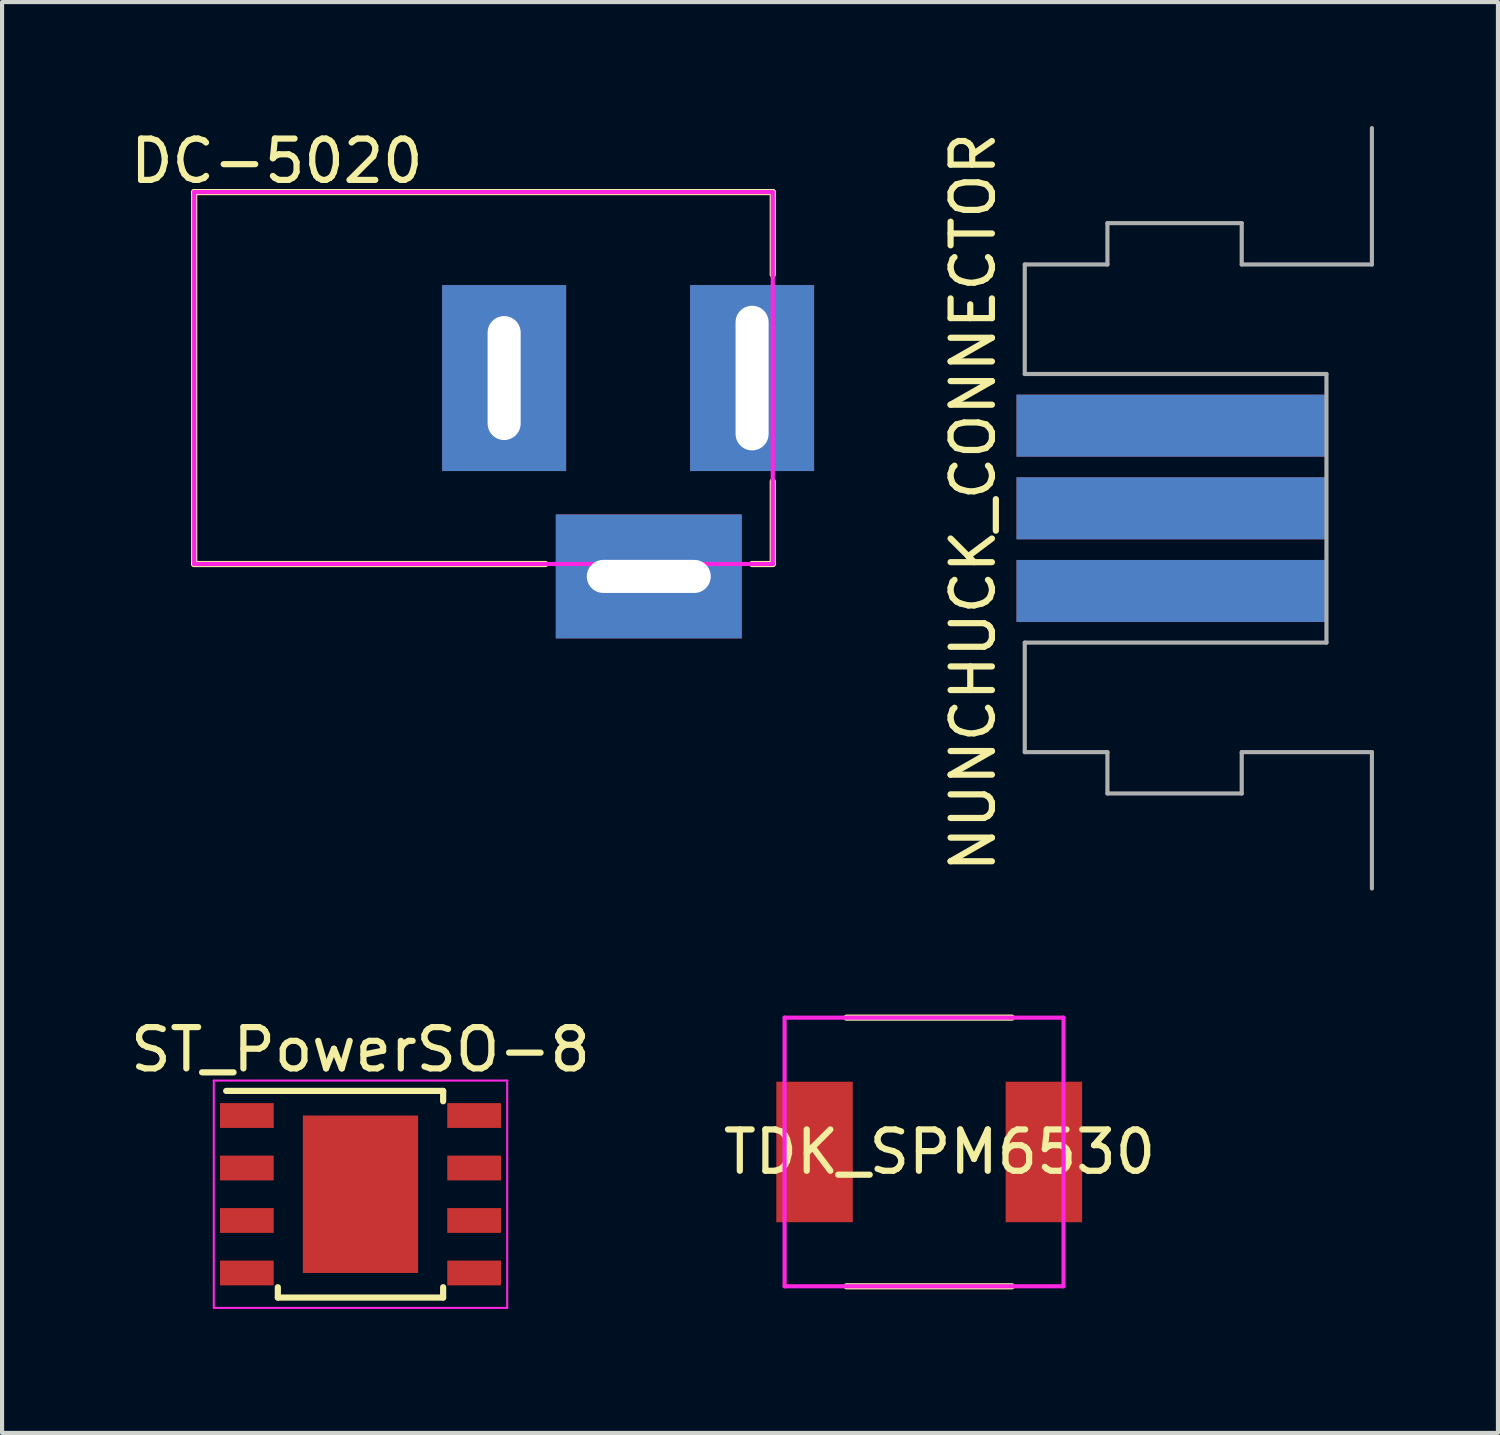
<source format=kicad_pcb>
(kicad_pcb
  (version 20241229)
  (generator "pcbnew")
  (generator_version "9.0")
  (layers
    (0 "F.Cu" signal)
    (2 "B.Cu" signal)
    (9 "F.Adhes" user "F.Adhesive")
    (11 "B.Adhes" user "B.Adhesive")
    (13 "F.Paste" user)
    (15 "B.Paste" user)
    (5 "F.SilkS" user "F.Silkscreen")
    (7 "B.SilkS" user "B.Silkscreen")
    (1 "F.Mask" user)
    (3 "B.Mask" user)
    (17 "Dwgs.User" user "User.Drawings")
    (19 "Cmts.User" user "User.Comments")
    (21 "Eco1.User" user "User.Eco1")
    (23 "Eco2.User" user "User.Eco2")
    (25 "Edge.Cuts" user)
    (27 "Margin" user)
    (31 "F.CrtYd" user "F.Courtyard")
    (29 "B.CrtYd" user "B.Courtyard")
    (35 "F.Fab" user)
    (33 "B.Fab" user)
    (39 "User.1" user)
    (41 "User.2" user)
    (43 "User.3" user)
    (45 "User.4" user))
  (footprint "NUNCHUCK_CONNECTOR"
    (layer "F.Cu")
    (at 29.047 9.25)
    (property "Reference" "NUNCHUCK_CONNECTOR" (at -8.55 -0.15 90) (layer "F.SilkS") (effects (font (size 1 1) (thickness 0.15))))
    (attr through_hole)
    (fp_line (start -7.3 -5.9) (end -5.3 -5.9) (stroke (width 0.1) (type solid)) (layer "F.Fab"))
    (fp_line (start -7.3 -3.25) (end -7.3 -5.9) (stroke (width 0.1) (type solid)) (layer "F.Fab"))
    (fp_line (start -7.3 5.9) (end -7.3 3.25) (stroke (width 0.1) (type solid)) (layer "F.Fab"))
    (fp_line (start -7.3 5.9) (end -5.3 5.9) (stroke (width 0.1) (type solid)) (layer "F.Fab"))
    (fp_line (start -5.3 -6.9) (end -2.05 -6.9) (stroke (width 0.1) (type solid)) (layer "F.Fab"))
    (fp_line (start -5.3 -5.9) (end -5.3 -6.9) (stroke (width 0.1) (type solid)) (layer "F.Fab"))
    (fp_line (start -5.3 6.9) (end -5.3 5.9) (stroke (width 0.1) (type solid)) (layer "F.Fab"))
    (fp_line (start -5.3 6.9) (end -2.05 6.9) (stroke (width 0.1) (type solid)) (layer "F.Fab"))
    (fp_line (start -2.05 -5.9) (end -2.05 -6.9) (stroke (width 0.1) (type solid)) (layer "F.Fab"))
    (fp_line (start -2.05 -5.9) (end 1.1 -5.9) (stroke (width 0.1) (type solid)) (layer "F.Fab"))
    (fp_line (start -2.05 5.9) (end 1.1 5.9) (stroke (width 0.1) (type solid)) (layer "F.Fab"))
    (fp_line (start -2.05 6.9) (end -2.05 5.9) (stroke (width 0.1) (type solid)) (layer "F.Fab"))
    (fp_line (start 0 -3.25) (end -7.3 -3.25) (stroke (width 0.1) (type solid)) (layer "F.Fab"))
    (fp_line (start 0 -3.25) (end 0 3.25) (stroke (width 0.1) (type solid)) (layer "F.Fab"))
    (fp_line (start 0 3.25) (end -7.3 3.25) (stroke (width 0.1) (type solid)) (layer "F.Fab"))
    (fp_line (start 1.1 -5.9) (end 1.1 -9.2) (stroke (width 0.1) (type solid)) (layer "F.Fab"))
    (fp_line (start 1.1 9.2) (end 1.1 5.9) (stroke (width 0.1) (type solid)) (layer "F.Fab"))
    (pad "1" smd rect (at -3.75 -2) (size 7.5 1.5) (layers "B.Cu" "B.Mask"))
    (pad "2" smd rect (at -3.75 -2) (size 7.5 1.5) (layers "F.Cu" "F.Mask"))
    (pad "3" smd rect (at -3.75 0) (size 7.5 1.5) (layers "B.Cu" "B.Mask"))
    (pad "4" smd rect (at -3.75 0) (size 7.5 1.5) (layers "F.Cu" "F.Mask"))
    (pad "5" smd rect (at -3.75 2) (size 7.5 1.5) (layers "B.Cu" "B.Mask"))
    (pad "6" smd rect (at -3.75 2) (size 7.5 1.5) (layers "F.Cu" "F.Mask")))
  (footprint "TDK_SPM6530"
    (layer "F.Cu")
    (at 19.435 24.825)
    (property "Reference" "TDK_SPM6530" (at 0.25 0 0) (layer "F.SilkS") (effects (font (size 1 1) (thickness 0.15))))
    (attr through_hole)
    (fp_line (start -2 -3.25) (end 2 -3.25) (stroke (width 0.15) (type solid)) (layer "F.SilkS"))
    (fp_line (start -2 3.25) (end 2 3.25) (stroke (width 0.15) (type solid)) (layer "F.SilkS"))
    (fp_line (start -3.5 -3.25) (end -3.5 3.25) (stroke (width 0.1) (type solid)) (layer "F.CrtYd"))
    (fp_line (start -3.5 -3.25) (end 3.25 -3.25) (stroke (width 0.1) (type solid)) (layer "F.CrtYd"))
    (fp_line (start 3.25 -3.25) (end 3.25 3.25) (stroke (width 0.1) (type solid)) (layer "F.CrtYd"))
    (fp_line (start 3.25 3.25) (end -3.5 3.25) (stroke (width 0.1) (type solid)) (layer "F.CrtYd"))
    (pad "1" smd rect (at -2.775 0) (size 1.85 3.4) (layers "F.Cu" "F.Mask" "F.Paste"))
    (pad "2" smd rect (at 2.775 0) (size 1.85 3.4) (layers "F.Cu" "F.Mask" "F.Paste")))
  (footprint "DC-5020"
    (layer "F.Cu")
    (at 1.649 6.098)
    (property "Reference" "DC-5020" (at 2 -5.25 0) (layer "F.SilkS") (effects (font (size 1 1) (thickness 0.15))))
    (attr through_hole)
    (fp_line (start 0 -4.5) (end 14 -4.5) (stroke (width 0.15) (type solid)) (layer "F.SilkS"))
    (fp_line (start 0 4.5) (end 0 -4.5) (stroke (width 0.15) (type solid)) (layer "F.SilkS"))
    (fp_line (start 8.5 4.5) (end 0 4.5) (stroke (width 0.15) (type solid)) (layer "F.SilkS"))
    (fp_line (start 14 -4.5) (end 14 -2.5) (stroke (width 0.15) (type solid)) (layer "F.SilkS"))
    (fp_line (start 14 2.5) (end 14 4.5) (stroke (width 0.15) (type solid)) (layer "F.SilkS"))
    (fp_line (start 14 4.5) (end 13.5 4.5) (stroke (width 0.15) (type solid)) (layer "F.SilkS"))
    (fp_line (start 0 -4.5) (end 0 4.5) (stroke (width 0.1) (type solid)) (layer "F.CrtYd"))
    (fp_line (start 0 -4.5) (end 14 -4.5) (stroke (width 0.1) (type solid)) (layer "F.CrtYd"))
    (fp_line (start 0 4.5) (end 14 4.5) (stroke (width 0.1) (type solid)) (layer "F.CrtYd"))
    (fp_line (start 14 -4.5) (end 14 4.5) (stroke (width 0.1) (type solid)) (layer "F.CrtYd"))
    (pad "1" thru_hole rect (at 13.5 0) (size 3 4.5) (drill oval 0.8 3.5) (layers "*.Cu" "*.Mask"))
    (pad "2" thru_hole rect (at 7.5 0) (size 3 4.5) (drill oval 0.8 3) (layers "*.Cu" "*.Mask"))
    (pad "3" thru_hole rect (at 11 4.8) (size 4.5 3) (drill oval 3 0.8) (layers "*.Cu" "*.Mask")))
  (footprint "ST_PowerSO-8"
    (layer "F.Cu")
    (at 5.673 25.848)
    (property "Reference" "ST_PowerSO-8" (at 0 -3.5 0) (layer "F.SilkS") (effects (font (size 1 1) (thickness 0.15))))
    (attr smd)
    (fp_line (start -3.25 -2.5) (end 2 -2.5) (stroke (width 0.15) (type solid)) (layer "F.SilkS"))
    (fp_line (start -2 2.25) (end -2 2.5) (stroke (width 0.15) (type solid)) (layer "F.SilkS"))
    (fp_line (start -2 2.5) (end 2 2.5) (stroke (width 0.15) (type solid)) (layer "F.SilkS"))
    (fp_line (start 2 -2.5) (end 2 -2.25) (stroke (width 0.15) (type solid)) (layer "F.SilkS"))
    (fp_line (start 2 2.25) (end 2 2.5) (stroke (width 0.15) (type solid)) (layer "F.SilkS"))
    (fp_line (start -3.55 -2.75) (end -3.55 2.75) (stroke (width 0.05) (type solid)) (layer "F.CrtYd"))
    (fp_line (start -3.55 -2.75) (end 3.55 -2.75) (stroke (width 0.05) (type solid)) (layer "F.CrtYd"))
    (fp_line (start -3.55 2.75) (end 3.55 2.75) (stroke (width 0.05) (type solid)) (layer "F.CrtYd"))
    (fp_line (start 3.55 -2.75) (end 3.55 2.75) (stroke (width 0.05) (type solid)) (layer "F.CrtYd"))
    (pad "1" smd rect (at -2.75 -1.905) (size 1.3 0.6) (layers "F.Cu" "F.Mask" "F.Paste"))
    (pad "2" smd rect (at -2.75 -0.635) (size 1.3 0.6) (layers "F.Cu" "F.Mask" "F.Paste"))
    (pad "3" smd rect (at -2.75 0.635) (size 1.3 0.6) (layers "F.Cu" "F.Mask" "F.Paste"))
    (pad "4" smd rect (at -2.75 1.905) (size 1.3 0.6) (layers "F.Cu" "F.Mask" "F.Paste"))
    (pad "5" smd rect (at 2.75 1.905) (size 1.3 0.6) (layers "F.Cu" "F.Mask" "F.Paste"))
    (pad "6" smd rect (at 2.75 0.635) (size 1.3 0.6) (layers "F.Cu" "F.Mask" "F.Paste"))
    (pad "7" smd rect (at 2.75 -0.635) (size 1.3 0.6) (layers "F.Cu" "F.Mask" "F.Paste"))
    (pad "8" smd rect (at 2.75 -1.905) (size 1.3 0.6) (layers "F.Cu" "F.Mask" "F.Paste"))
    (pad "9" smd rect (at 0 0) (size 2.79 3.81) (layers "F.Cu" "F.Mask" "F.Paste")))
  (gr_rect
    (start -3 -3)
    (end 33.197 31.623)
    (stroke (width 0.1) (type default))
    (fill no)
    (layer "Edge.Cuts")))
</source>
